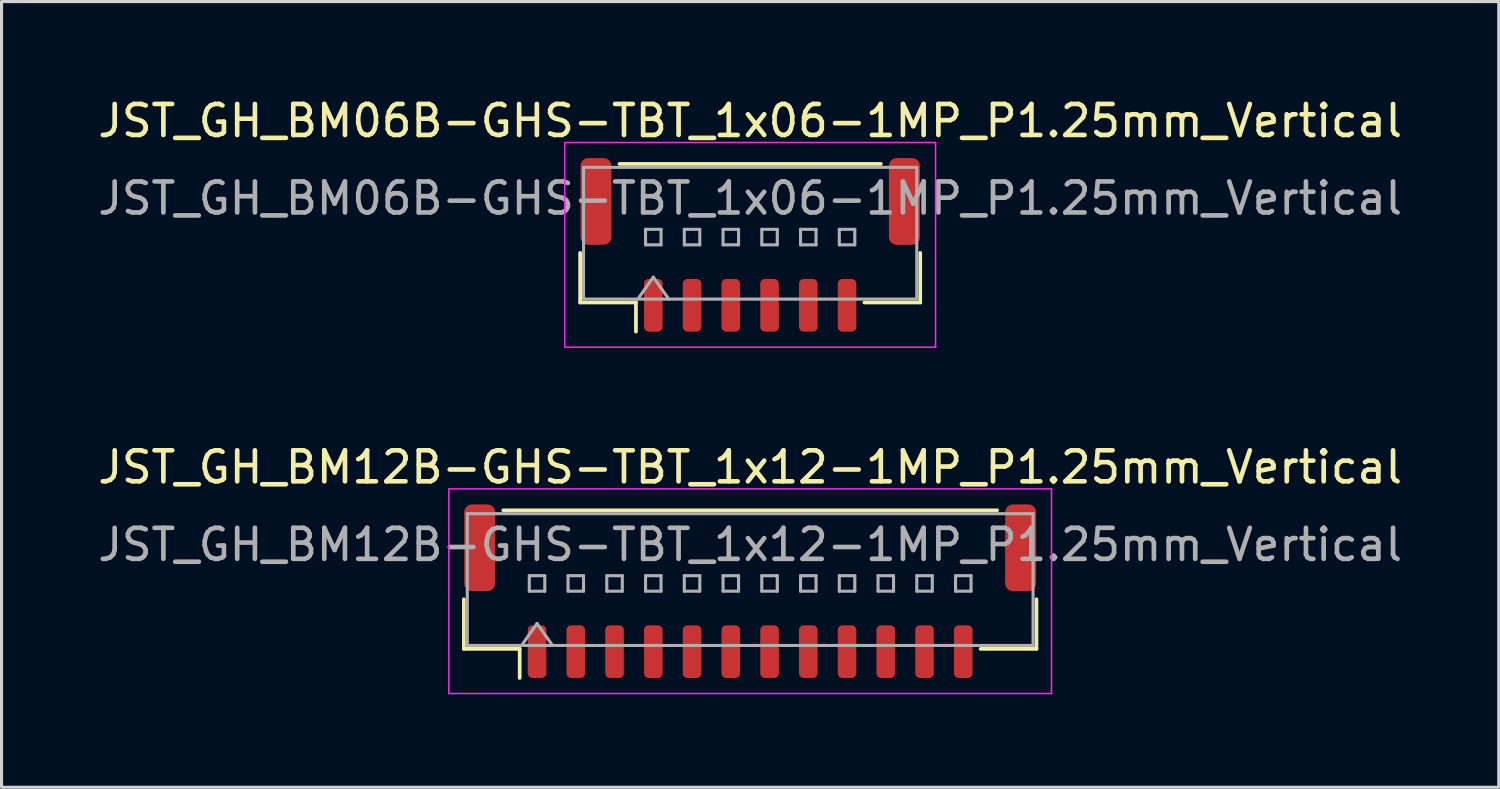
<source format=kicad_pcb>
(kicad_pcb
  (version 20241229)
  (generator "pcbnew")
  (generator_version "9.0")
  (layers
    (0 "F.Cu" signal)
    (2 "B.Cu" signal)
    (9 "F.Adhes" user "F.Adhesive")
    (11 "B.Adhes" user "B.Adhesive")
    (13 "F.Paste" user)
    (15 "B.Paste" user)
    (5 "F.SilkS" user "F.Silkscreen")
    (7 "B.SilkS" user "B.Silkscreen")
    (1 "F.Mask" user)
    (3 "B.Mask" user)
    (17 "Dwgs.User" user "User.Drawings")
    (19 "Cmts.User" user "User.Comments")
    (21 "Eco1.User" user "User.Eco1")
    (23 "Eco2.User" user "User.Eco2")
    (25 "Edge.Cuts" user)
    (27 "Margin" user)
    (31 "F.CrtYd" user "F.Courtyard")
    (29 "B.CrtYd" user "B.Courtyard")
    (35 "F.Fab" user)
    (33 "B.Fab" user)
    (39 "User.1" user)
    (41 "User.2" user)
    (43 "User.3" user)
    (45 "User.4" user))
  (footprint "JST_GH_BM06B-GHS-TBT_1x06-1MP_P1.25mm_Vertical"
    (layer "F.Cu")
    (at 21.149 4.848)
    (property "Reference" "JST_GH_BM06B-GHS-TBT_1x06-1MP_P1.25mm_Vertical" (at 0 -4 0) (layer "F.SilkS") (effects (font (size 1 1) (thickness 0.15))))
    (attr smd)
    (fp_line (start -5.485 0.26) (end -5.485 1.86) (stroke (width 0.12) (type solid)) (layer "F.SilkS"))
    (fp_line (start -5.485 1.86) (end -3.685 1.86) (stroke (width 0.12) (type solid)) (layer "F.SilkS"))
    (fp_line (start -4.215 -2.61) (end 4.215 -2.61) (stroke (width 0.12) (type solid)) (layer "F.SilkS"))
    (fp_line (start -3.685 1.86) (end -3.685 2.8) (stroke (width 0.12) (type solid)) (layer "F.SilkS"))
    (fp_line (start 5.485 0.26) (end 5.485 1.86) (stroke (width 0.12) (type solid)) (layer "F.SilkS"))
    (fp_line (start 5.485 1.86) (end 3.685 1.86) (stroke (width 0.12) (type solid)) (layer "F.SilkS"))
    (fp_line (start -5.98 -3.3) (end -5.98 3.3) (stroke (width 0.05) (type solid)) (layer "F.CrtYd"))
    (fp_line (start -5.98 3.3) (end 5.98 3.3) (stroke (width 0.05) (type solid)) (layer "F.CrtYd"))
    (fp_line (start 5.98 -3.3) (end -5.98 -3.3) (stroke (width 0.05) (type solid)) (layer "F.CrtYd"))
    (fp_line (start 5.98 3.3) (end 5.98 -3.3) (stroke (width 0.05) (type solid)) (layer "F.CrtYd"))
    (fp_line (start -5.375 -2.5) (end 5.375 -2.5) (stroke (width 0.1) (type solid)) (layer "F.Fab"))
    (fp_line (start -5.375 1.75) (end -5.375 -2.5) (stroke (width 0.1) (type solid)) (layer "F.Fab"))
    (fp_line (start -5.375 1.75) (end 5.375 1.75) (stroke (width 0.1) (type solid)) (layer "F.Fab"))
    (fp_line (start -3.625 1.75) (end -3.125 1.043) (stroke (width 0.1) (type solid)) (layer "F.Fab"))
    (fp_line (start -3.375 -0.5) (end -3.375 0) (stroke (width 0.1) (type solid)) (layer "F.Fab"))
    (fp_line (start -3.375 0) (end -2.875 0) (stroke (width 0.1) (type solid)) (layer "F.Fab"))
    (fp_line (start -3.125 1.043) (end -2.625 1.75) (stroke (width 0.1) (type solid)) (layer "F.Fab"))
    (fp_line (start -2.875 -0.5) (end -3.375 -0.5) (stroke (width 0.1) (type solid)) (layer "F.Fab"))
    (fp_line (start -2.875 0) (end -2.875 -0.5) (stroke (width 0.1) (type solid)) (layer "F.Fab"))
    (fp_line (start -2.125 -0.5) (end -2.125 0) (stroke (width 0.1) (type solid)) (layer "F.Fab"))
    (fp_line (start -2.125 0) (end -1.625 0) (stroke (width 0.1) (type solid)) (layer "F.Fab"))
    (fp_line (start -1.625 -0.5) (end -2.125 -0.5) (stroke (width 0.1) (type solid)) (layer "F.Fab"))
    (fp_line (start -1.625 0) (end -1.625 -0.5) (stroke (width 0.1) (type solid)) (layer "F.Fab"))
    (fp_line (start -0.875 -0.5) (end -0.875 0) (stroke (width 0.1) (type solid)) (layer "F.Fab"))
    (fp_line (start -0.875 0) (end -0.375 0) (stroke (width 0.1) (type solid)) (layer "F.Fab"))
    (fp_line (start -0.375 -0.5) (end -0.875 -0.5) (stroke (width 0.1) (type solid)) (layer "F.Fab"))
    (fp_line (start -0.375 0) (end -0.375 -0.5) (stroke (width 0.1) (type solid)) (layer "F.Fab"))
    (fp_line (start 0.375 -0.5) (end 0.375 0) (stroke (width 0.1) (type solid)) (layer "F.Fab"))
    (fp_line (start 0.375 0) (end 0.875 0) (stroke (width 0.1) (type solid)) (layer "F.Fab"))
    (fp_line (start 0.875 -0.5) (end 0.375 -0.5) (stroke (width 0.1) (type solid)) (layer "F.Fab"))
    (fp_line (start 0.875 0) (end 0.875 -0.5) (stroke (width 0.1) (type solid)) (layer "F.Fab"))
    (fp_line (start 1.625 -0.5) (end 1.625 0) (stroke (width 0.1) (type solid)) (layer "F.Fab"))
    (fp_line (start 1.625 0) (end 2.125 0) (stroke (width 0.1) (type solid)) (layer "F.Fab"))
    (fp_line (start 2.125 -0.5) (end 1.625 -0.5) (stroke (width 0.1) (type solid)) (layer "F.Fab"))
    (fp_line (start 2.125 0) (end 2.125 -0.5) (stroke (width 0.1) (type solid)) (layer "F.Fab"))
    (fp_line (start 2.875 -0.5) (end 2.875 0) (stroke (width 0.1) (type solid)) (layer "F.Fab"))
    (fp_line (start 2.875 0) (end 3.375 0) (stroke (width 0.1) (type solid)) (layer "F.Fab"))
    (fp_line (start 3.375 -0.5) (end 2.875 -0.5) (stroke (width 0.1) (type solid)) (layer "F.Fab"))
    (fp_line (start 3.375 0) (end 3.375 -0.5) (stroke (width 0.1) (type solid)) (layer "F.Fab"))
    (fp_line (start 5.375 1.75) (end 5.375 -2.5) (stroke (width 0.1) (type solid)) (layer "F.Fab"))
    (fp_text user "${REFERENCE}" (at 0 -1.5 0) (layer "F.Fab") (effects (font (size 1 1) (thickness 0.15))))
    (pad "1" smd roundrect (at -3.125 1.95) (size 0.6 1.7) (layers "F.Cu" "F.Mask" "F.Paste") (roundrect_rratio 0.25))
    (pad "2" smd roundrect (at -1.875 1.95) (size 0.6 1.7) (layers "F.Cu" "F.Mask" "F.Paste") (roundrect_rratio 0.25))
    (pad "3" smd roundrect (at -0.625 1.95) (size 0.6 1.7) (layers "F.Cu" "F.Mask" "F.Paste") (roundrect_rratio 0.25))
    (pad "4" smd roundrect (at 0.625 1.95) (size 0.6 1.7) (layers "F.Cu" "F.Mask" "F.Paste") (roundrect_rratio 0.25))
    (pad "5" smd roundrect (at 1.875 1.95) (size 0.6 1.7) (layers "F.Cu" "F.Mask" "F.Paste") (roundrect_rratio 0.25))
    (pad "6" smd roundrect (at 3.125 1.95) (size 0.6 1.7) (layers "F.Cu" "F.Mask" "F.Paste") (roundrect_rratio 0.25))
    (pad "MP" smd roundrect (at -4.975 -1.4) (size 1 2.8) (layers "F.Cu" "F.Mask" "F.Paste") (roundrect_rratio 0.25))
    (pad "MP" smd roundrect (at 4.975 -1.4) (size 1 2.8) (layers "F.Cu" "F.Mask" "F.Paste") (roundrect_rratio 0.25)))
  (footprint "JST_GH_BM12B-GHS-TBT_1x12-1MP_P1.25mm_Vertical"
    (layer "F.Cu")
    (at 21.149 16.021)
    (property "Reference" "JST_GH_BM12B-GHS-TBT_1x12-1MP_P1.25mm_Vertical" (at 0 -4 0) (layer "F.SilkS") (effects (font (size 1 1) (thickness 0.15))))
    (attr smd)
    (fp_line (start -9.235 0.26) (end -9.235 1.86) (stroke (width 0.12) (type solid)) (layer "F.SilkS"))
    (fp_line (start -9.235 1.86) (end -7.435 1.86) (stroke (width 0.12) (type solid)) (layer "F.SilkS"))
    (fp_line (start -7.965 -2.61) (end 7.965 -2.61) (stroke (width 0.12) (type solid)) (layer "F.SilkS"))
    (fp_line (start -7.435 1.86) (end -7.435 2.8) (stroke (width 0.12) (type solid)) (layer "F.SilkS"))
    (fp_line (start 9.235 0.26) (end 9.235 1.86) (stroke (width 0.12) (type solid)) (layer "F.SilkS"))
    (fp_line (start 9.235 1.86) (end 7.435 1.86) (stroke (width 0.12) (type solid)) (layer "F.SilkS"))
    (fp_line (start -9.72 -3.3) (end -9.72 3.3) (stroke (width 0.05) (type solid)) (layer "F.CrtYd"))
    (fp_line (start -9.72 3.3) (end 9.72 3.3) (stroke (width 0.05) (type solid)) (layer "F.CrtYd"))
    (fp_line (start 9.72 -3.3) (end -9.72 -3.3) (stroke (width 0.05) (type solid)) (layer "F.CrtYd"))
    (fp_line (start 9.72 3.3) (end 9.72 -3.3) (stroke (width 0.05) (type solid)) (layer "F.CrtYd"))
    (fp_line (start -9.125 -2.5) (end 9.125 -2.5) (stroke (width 0.1) (type solid)) (layer "F.Fab"))
    (fp_line (start -9.125 1.75) (end -9.125 -2.5) (stroke (width 0.1) (type solid)) (layer "F.Fab"))
    (fp_line (start -9.125 1.75) (end 9.125 1.75) (stroke (width 0.1) (type solid)) (layer "F.Fab"))
    (fp_line (start -7.375 1.75) (end -6.875 1.043) (stroke (width 0.1) (type solid)) (layer "F.Fab"))
    (fp_line (start -7.125 -0.5) (end -7.125 0) (stroke (width 0.1) (type solid)) (layer "F.Fab"))
    (fp_line (start -7.125 0) (end -6.625 0) (stroke (width 0.1) (type solid)) (layer "F.Fab"))
    (fp_line (start -6.875 1.043) (end -6.375 1.75) (stroke (width 0.1) (type solid)) (layer "F.Fab"))
    (fp_line (start -6.625 -0.5) (end -7.125 -0.5) (stroke (width 0.1) (type solid)) (layer "F.Fab"))
    (fp_line (start -6.625 0) (end -6.625 -0.5) (stroke (width 0.1) (type solid)) (layer "F.Fab"))
    (fp_line (start -5.875 -0.5) (end -5.875 0) (stroke (width 0.1) (type solid)) (layer "F.Fab"))
    (fp_line (start -5.875 0) (end -5.375 0) (stroke (width 0.1) (type solid)) (layer "F.Fab"))
    (fp_line (start -5.375 -0.5) (end -5.875 -0.5) (stroke (width 0.1) (type solid)) (layer "F.Fab"))
    (fp_line (start -5.375 0) (end -5.375 -0.5) (stroke (width 0.1) (type solid)) (layer "F.Fab"))
    (fp_line (start -4.625 -0.5) (end -4.625 0) (stroke (width 0.1) (type solid)) (layer "F.Fab"))
    (fp_line (start -4.625 0) (end -4.125 0) (stroke (width 0.1) (type solid)) (layer "F.Fab"))
    (fp_line (start -4.125 -0.5) (end -4.625 -0.5) (stroke (width 0.1) (type solid)) (layer "F.Fab"))
    (fp_line (start -4.125 0) (end -4.125 -0.5) (stroke (width 0.1) (type solid)) (layer "F.Fab"))
    (fp_line (start -3.375 -0.5) (end -3.375 0) (stroke (width 0.1) (type solid)) (layer "F.Fab"))
    (fp_line (start -3.375 0) (end -2.875 0) (stroke (width 0.1) (type solid)) (layer "F.Fab"))
    (fp_line (start -2.875 -0.5) (end -3.375 -0.5) (stroke (width 0.1) (type solid)) (layer "F.Fab"))
    (fp_line (start -2.875 0) (end -2.875 -0.5) (stroke (width 0.1) (type solid)) (layer "F.Fab"))
    (fp_line (start -2.125 -0.5) (end -2.125 0) (stroke (width 0.1) (type solid)) (layer "F.Fab"))
    (fp_line (start -2.125 0) (end -1.625 0) (stroke (width 0.1) (type solid)) (layer "F.Fab"))
    (fp_line (start -1.625 -0.5) (end -2.125 -0.5) (stroke (width 0.1) (type solid)) (layer "F.Fab"))
    (fp_line (start -1.625 0) (end -1.625 -0.5) (stroke (width 0.1) (type solid)) (layer "F.Fab"))
    (fp_line (start -0.875 -0.5) (end -0.875 0) (stroke (width 0.1) (type solid)) (layer "F.Fab"))
    (fp_line (start -0.875 0) (end -0.375 0) (stroke (width 0.1) (type solid)) (layer "F.Fab"))
    (fp_line (start -0.375 -0.5) (end -0.875 -0.5) (stroke (width 0.1) (type solid)) (layer "F.Fab"))
    (fp_line (start -0.375 0) (end -0.375 -0.5) (stroke (width 0.1) (type solid)) (layer "F.Fab"))
    (fp_line (start 0.375 -0.5) (end 0.375 0) (stroke (width 0.1) (type solid)) (layer "F.Fab"))
    (fp_line (start 0.375 0) (end 0.875 0) (stroke (width 0.1) (type solid)) (layer "F.Fab"))
    (fp_line (start 0.875 -0.5) (end 0.375 -0.5) (stroke (width 0.1) (type solid)) (layer "F.Fab"))
    (fp_line (start 0.875 0) (end 0.875 -0.5) (stroke (width 0.1) (type solid)) (layer "F.Fab"))
    (fp_line (start 1.625 -0.5) (end 1.625 0) (stroke (width 0.1) (type solid)) (layer "F.Fab"))
    (fp_line (start 1.625 0) (end 2.125 0) (stroke (width 0.1) (type solid)) (layer "F.Fab"))
    (fp_line (start 2.125 -0.5) (end 1.625 -0.5) (stroke (width 0.1) (type solid)) (layer "F.Fab"))
    (fp_line (start 2.125 0) (end 2.125 -0.5) (stroke (width 0.1) (type solid)) (layer "F.Fab"))
    (fp_line (start 2.875 -0.5) (end 2.875 0) (stroke (width 0.1) (type solid)) (layer "F.Fab"))
    (fp_line (start 2.875 0) (end 3.375 0) (stroke (width 0.1) (type solid)) (layer "F.Fab"))
    (fp_line (start 3.375 -0.5) (end 2.875 -0.5) (stroke (width 0.1) (type solid)) (layer "F.Fab"))
    (fp_line (start 3.375 0) (end 3.375 -0.5) (stroke (width 0.1) (type solid)) (layer "F.Fab"))
    (fp_line (start 4.125 -0.5) (end 4.125 0) (stroke (width 0.1) (type solid)) (layer "F.Fab"))
    (fp_line (start 4.125 0) (end 4.625 0) (stroke (width 0.1) (type solid)) (layer "F.Fab"))
    (fp_line (start 4.625 -0.5) (end 4.125 -0.5) (stroke (width 0.1) (type solid)) (layer "F.Fab"))
    (fp_line (start 4.625 0) (end 4.625 -0.5) (stroke (width 0.1) (type solid)) (layer "F.Fab"))
    (fp_line (start 5.375 -0.5) (end 5.375 0) (stroke (width 0.1) (type solid)) (layer "F.Fab"))
    (fp_line (start 5.375 0) (end 5.875 0) (stroke (width 0.1) (type solid)) (layer "F.Fab"))
    (fp_line (start 5.875 -0.5) (end 5.375 -0.5) (stroke (width 0.1) (type solid)) (layer "F.Fab"))
    (fp_line (start 5.875 0) (end 5.875 -0.5) (stroke (width 0.1) (type solid)) (layer "F.Fab"))
    (fp_line (start 6.625 -0.5) (end 6.625 0) (stroke (width 0.1) (type solid)) (layer "F.Fab"))
    (fp_line (start 6.625 0) (end 7.125 0) (stroke (width 0.1) (type solid)) (layer "F.Fab"))
    (fp_line (start 7.125 -0.5) (end 6.625 -0.5) (stroke (width 0.1) (type solid)) (layer "F.Fab"))
    (fp_line (start 7.125 0) (end 7.125 -0.5) (stroke (width 0.1) (type solid)) (layer "F.Fab"))
    (fp_line (start 9.125 1.75) (end 9.125 -2.5) (stroke (width 0.1) (type solid)) (layer "F.Fab"))
    (fp_text user "${REFERENCE}" (at 0 -1.5 0) (layer "F.Fab") (effects (font (size 1 1) (thickness 0.15))))
    (pad "1" smd roundrect (at -6.875 1.95) (size 0.6 1.7) (layers "F.Cu" "F.Mask" "F.Paste") (roundrect_rratio 0.25))
    (pad "2" smd roundrect (at -5.625 1.95) (size 0.6 1.7) (layers "F.Cu" "F.Mask" "F.Paste") (roundrect_rratio 0.25))
    (pad "3" smd roundrect (at -4.375 1.95) (size 0.6 1.7) (layers "F.Cu" "F.Mask" "F.Paste") (roundrect_rratio 0.25))
    (pad "4" smd roundrect (at -3.125 1.95) (size 0.6 1.7) (layers "F.Cu" "F.Mask" "F.Paste") (roundrect_rratio 0.25))
    (pad "5" smd roundrect (at -1.875 1.95) (size 0.6 1.7) (layers "F.Cu" "F.Mask" "F.Paste") (roundrect_rratio 0.25))
    (pad "6" smd roundrect (at -0.625 1.95) (size 0.6 1.7) (layers "F.Cu" "F.Mask" "F.Paste") (roundrect_rratio 0.25))
    (pad "7" smd roundrect (at 0.625 1.95) (size 0.6 1.7) (layers "F.Cu" "F.Mask" "F.Paste") (roundrect_rratio 0.25))
    (pad "8" smd roundrect (at 1.875 1.95) (size 0.6 1.7) (layers "F.Cu" "F.Mask" "F.Paste") (roundrect_rratio 0.25))
    (pad "9" smd roundrect (at 3.125 1.95) (size 0.6 1.7) (layers "F.Cu" "F.Mask" "F.Paste") (roundrect_rratio 0.25))
    (pad "10" smd roundrect (at 4.375 1.95) (size 0.6 1.7) (layers "F.Cu" "F.Mask" "F.Paste") (roundrect_rratio 0.25))
    (pad "11" smd roundrect (at 5.625 1.95) (size 0.6 1.7) (layers "F.Cu" "F.Mask" "F.Paste") (roundrect_rratio 0.25))
    (pad "12" smd roundrect (at 6.875 1.95) (size 0.6 1.7) (layers "F.Cu" "F.Mask" "F.Paste") (roundrect_rratio 0.25))
    (pad "MP" smd roundrect (at -8.725 -1.4) (size 1 2.8) (layers "F.Cu" "F.Mask" "F.Paste") (roundrect_rratio 0.25))
    (pad "MP" smd roundrect (at 8.725 -1.4) (size 1 2.8) (layers "F.Cu" "F.Mask" "F.Paste") (roundrect_rratio 0.25)))
  (gr_rect
    (start -3 -3)
    (end 45.298 22.346)
    (stroke (width 0.1) (type default))
    (fill no)
    (layer "Edge.Cuts")))
</source>
